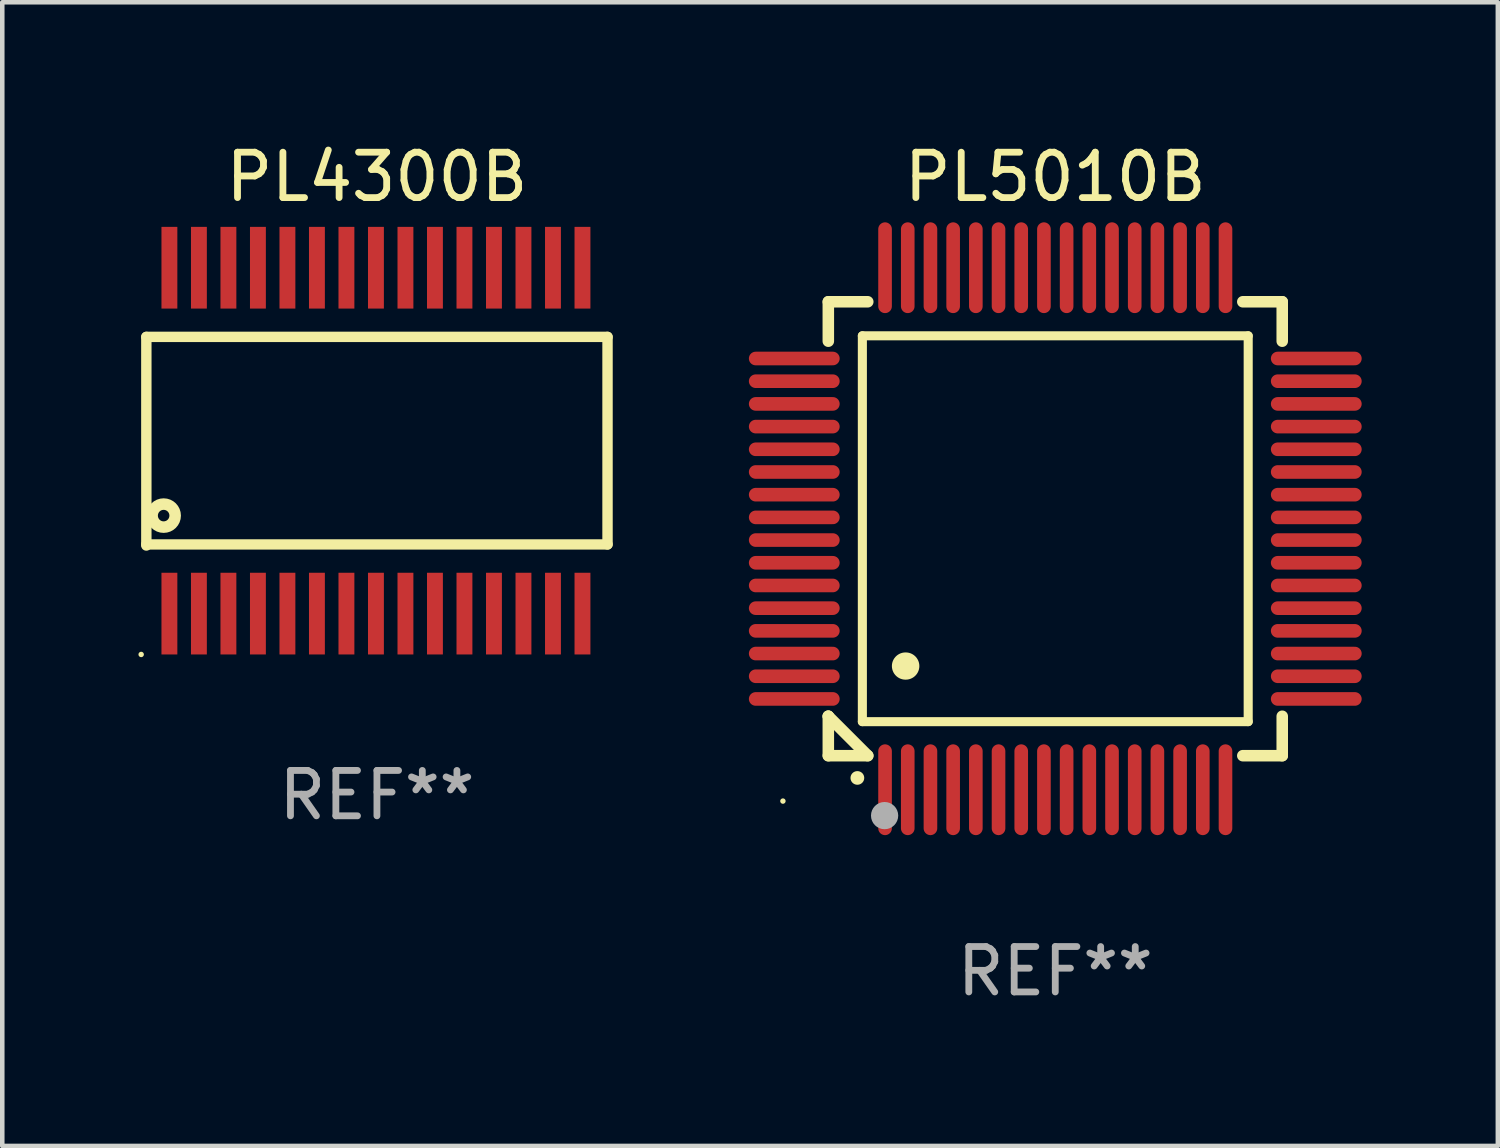
<source format=kicad_pcb>
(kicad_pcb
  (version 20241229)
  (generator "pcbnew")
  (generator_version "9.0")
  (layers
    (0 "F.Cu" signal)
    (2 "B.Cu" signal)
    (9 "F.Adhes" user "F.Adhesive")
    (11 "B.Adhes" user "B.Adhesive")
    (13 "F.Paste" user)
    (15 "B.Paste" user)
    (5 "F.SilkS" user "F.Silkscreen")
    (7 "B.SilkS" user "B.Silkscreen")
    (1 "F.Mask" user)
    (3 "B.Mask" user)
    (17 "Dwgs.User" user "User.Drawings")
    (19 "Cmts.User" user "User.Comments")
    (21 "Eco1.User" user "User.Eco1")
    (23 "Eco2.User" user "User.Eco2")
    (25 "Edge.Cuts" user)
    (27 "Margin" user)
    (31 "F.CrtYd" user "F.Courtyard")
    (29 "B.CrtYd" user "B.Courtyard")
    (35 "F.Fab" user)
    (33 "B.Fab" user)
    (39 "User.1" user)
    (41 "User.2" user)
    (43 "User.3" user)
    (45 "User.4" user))
  (footprint "PL4300B"
    (layer "F.Cu")
    (at 5.254 6.658)
    (property "Reference" "PL4300B" (at 0 -5.81 0) (layer "F.SilkS") (effects (font (size 1 1) (thickness 0.15))))
    (attr through_hole)
    (fp_line (start -5.08 -2.286) (end -5.08 2.31) (stroke (width 0.229) (type solid)) (layer "F.SilkS"))
    (fp_line (start -5.08 2.286) (end 5.08 2.286) (stroke (width 0.229) (type solid)) (layer "F.SilkS"))
    (fp_line (start 5.08 -2.286) (end -5.08 -2.286) (stroke (width 0.229) (type solid)) (layer "F.SilkS"))
    (fp_line (start 5.08 2.286) (end 5.08 -2.286) (stroke (width 0.229) (type solid)) (layer "F.SilkS"))
    (fp_circle (center -5.194 4.71) (end -5.164 4.71) (stroke (width 0.06) (type solid)) (fill no) (layer "F.SilkS"))
    (fp_circle (center -4.699 1.651) (end -4.445 1.651) (stroke (width 0.254) (type solid)) (fill no) (layer "F.SilkS"))
    (fp_text user "REF**" (at 0 7.81 0) (layer "F.Fab") (effects (font (size 1 1) (thickness 0.15))))
    (pad "1" smd rect (at -4.572 3.81) (size 0.35 1.8) (layers "F.Cu" "F.Mask" "F.Paste"))
    (pad "2" smd rect (at -3.922 3.81) (size 0.35 1.8) (layers "F.Cu" "F.Mask" "F.Paste"))
    (pad "3" smd rect (at -3.272 3.81) (size 0.35 1.8) (layers "F.Cu" "F.Mask" "F.Paste"))
    (pad "4" smd rect (at -2.622 3.81) (size 0.35 1.8) (layers "F.Cu" "F.Mask" "F.Paste"))
    (pad "5" smd rect (at -1.972 3.81) (size 0.35 1.8) (layers "F.Cu" "F.Mask" "F.Paste"))
    (pad "6" smd rect (at -1.322 3.81) (size 0.35 1.8) (layers "F.Cu" "F.Mask" "F.Paste"))
    (pad "7" smd rect (at -0.672 3.81) (size 0.35 1.8) (layers "F.Cu" "F.Mask" "F.Paste"))
    (pad "8" smd rect (at -0.022 3.81) (size 0.35 1.8) (layers "F.Cu" "F.Mask" "F.Paste"))
    (pad "9" smd rect (at 0.628 3.81) (size 0.35 1.8) (layers "F.Cu" "F.Mask" "F.Paste"))
    (pad "10" smd rect (at 1.278 3.81) (size 0.35 1.8) (layers "F.Cu" "F.Mask" "F.Paste"))
    (pad "11" smd rect (at 1.928 3.81) (size 0.35 1.8) (layers "F.Cu" "F.Mask" "F.Paste"))
    (pad "12" smd rect (at 2.578 3.81) (size 0.35 1.8) (layers "F.Cu" "F.Mask" "F.Paste"))
    (pad "13" smd rect (at 3.228 3.81) (size 0.35 1.8) (layers "F.Cu" "F.Mask" "F.Paste"))
    (pad "14" smd rect (at 3.878 3.81) (size 0.35 1.8) (layers "F.Cu" "F.Mask" "F.Paste"))
    (pad "15" smd rect (at 4.528 3.81) (size 0.35 1.8) (layers "F.Cu" "F.Mask" "F.Paste"))
    (pad "16" smd rect (at 4.528 -3.81) (size 0.35 1.8) (layers "F.Cu" "F.Mask" "F.Paste"))
    (pad "17" smd rect (at 3.878 -3.81) (size 0.35 1.8) (layers "F.Cu" "F.Mask" "F.Paste"))
    (pad "18" smd rect (at 3.228 -3.81) (size 0.35 1.8) (layers "F.Cu" "F.Mask" "F.Paste"))
    (pad "19" smd rect (at 2.578 -3.81) (size 0.35 1.8) (layers "F.Cu" "F.Mask" "F.Paste"))
    (pad "20" smd rect (at 1.928 -3.81) (size 0.35 1.8) (layers "F.Cu" "F.Mask" "F.Paste"))
    (pad "21" smd rect (at 1.278 -3.81) (size 0.35 1.8) (layers "F.Cu" "F.Mask" "F.Paste"))
    (pad "22" smd rect (at 0.628 -3.81) (size 0.35 1.8) (layers "F.Cu" "F.Mask" "F.Paste"))
    (pad "23" smd rect (at -0.022 -3.81) (size 0.35 1.8) (layers "F.Cu" "F.Mask" "F.Paste"))
    (pad "24" smd rect (at -0.672 -3.81) (size 0.35 1.8) (layers "F.Cu" "F.Mask" "F.Paste"))
    (pad "25" smd rect (at -1.322 -3.81) (size 0.35 1.8) (layers "F.Cu" "F.Mask" "F.Paste"))
    (pad "26" smd rect (at -1.972 -3.81) (size 0.35 1.8) (layers "F.Cu" "F.Mask" "F.Paste"))
    (pad "27" smd rect (at -2.622 -3.81) (size 0.35 1.8) (layers "F.Cu" "F.Mask" "F.Paste"))
    (pad "28" smd rect (at -3.272 -3.81) (size 0.35 1.8) (layers "F.Cu" "F.Mask" "F.Paste"))
    (pad "29" smd rect (at -3.922 -3.81) (size 0.35 1.8) (layers "F.Cu" "F.Mask" "F.Paste"))
    (pad "30" smd rect (at -4.572 -3.81) (size 0.35 1.8) (layers "F.Cu" "F.Mask" "F.Paste")))
  (footprint "PL5010B"
    (layer "F.Cu")
    (at 20.198 8.598)
    (property "Reference" "PL5010B" (at 0 -7.75 0) (layer "F.SilkS") (effects (font (size 1 1) (thickness 0.15))))
    (attr through_hole)
    (fp_line (start -5 -5) (end -4.131 -5) (stroke (width 0.254) (type solid)) (layer "F.SilkS"))
    (fp_line (start -5 -4.131) (end -5 -5) (stroke (width 0.254) (type solid)) (layer "F.SilkS"))
    (fp_line (start -5 4.131) (end -5 4.131) (stroke (width 0.254) (type solid)) (layer "F.SilkS"))
    (fp_line (start -5 5) (end -5 4.131) (stroke (width 0.254) (type solid)) (layer "F.SilkS"))
    (fp_line (start -5 4.131) (end -4.131 5) (stroke (width 0.254) (type solid)) (layer "F.SilkS"))
    (fp_line (start -4.25 -4.25) (end -4.25 4.25) (stroke (width 0.2) (type solid)) (layer "F.SilkS"))
    (fp_line (start -4.25 4.25) (end 4.25 4.25) (stroke (width 0.2) (type solid)) (layer "F.SilkS"))
    (fp_line (start -4.131 5) (end -5 5) (stroke (width 0.254) (type solid)) (layer "F.SilkS"))
    (fp_line (start 4.25 -4.25) (end -4.25 -4.25) (stroke (width 0.2) (type solid)) (layer "F.SilkS"))
    (fp_line (start 4.25 4.25) (end 4.25 -4.25) (stroke (width 0.2) (type solid)) (layer "F.SilkS"))
    (fp_line (start 5 -5) (end 4.131 -5) (stroke (width 0.254) (type solid)) (layer "F.SilkS"))
    (fp_line (start 5 -5) (end 5 -4.131) (stroke (width 0.254) (type solid)) (layer "F.SilkS"))
    (fp_line (start 5 4.131) (end 5 5) (stroke (width 0.254) (type solid)) (layer "F.SilkS"))
    (fp_line (start 5 5) (end 4.131 5) (stroke (width 0.254) (type solid)) (layer "F.SilkS"))
    (fp_arc (start -4.361265 5.489992) (mid -4.359995 5.489987) (end -4.358725 5.489992) (stroke (width 0.3) (type solid)) (layer "F.SilkS"))
    (fp_arc (start -3.299467 3.025146) (mid -3.296927 3.025135) (end -3.294387 3.025146) (stroke (width 0.6) (type solid)) (layer "F.SilkS"))
    (fp_circle (center -6 6) (end -5.97 6) (stroke (width 0.06) (type solid)) (fill no) (layer "F.SilkS"))
    (fp_circle (center -3.76 6.32) (end -3.61 6.32) (stroke (width 0.3) (type solid)) (fill no) (layer "F.Fab"))
    (fp_text user "REF**" (at 0 9.75 0) (layer "F.Fab") (effects (font (size 1 1) (thickness 0.15))))
    (pad "1" smd oval (at -3.75 5.75) (size 0.3 2) (layers "F.Cu" "F.Mask" "F.Paste"))
    (pad "2" smd oval (at -3.25 5.75) (size 0.3 2) (layers "F.Cu" "F.Mask" "F.Paste"))
    (pad "3" smd oval (at -2.75 5.75) (size 0.3 2) (layers "F.Cu" "F.Mask" "F.Paste"))
    (pad "4" smd oval (at -2.25 5.75) (size 0.3 2) (layers "F.Cu" "F.Mask" "F.Paste"))
    (pad "5" smd oval (at -1.75 5.75) (size 0.3 2) (layers "F.Cu" "F.Mask" "F.Paste"))
    (pad "6" smd oval (at -1.25 5.75) (size 0.3 2) (layers "F.Cu" "F.Mask" "F.Paste"))
    (pad "7" smd oval (at -0.75 5.75) (size 0.3 2) (layers "F.Cu" "F.Mask" "F.Paste"))
    (pad "8" smd oval (at -0.25 5.75) (size 0.3 2) (layers "F.Cu" "F.Mask" "F.Paste"))
    (pad "9" smd oval (at 0.25 5.75) (size 0.3 2) (layers "F.Cu" "F.Mask" "F.Paste"))
    (pad "10" smd oval (at 0.75 5.75) (size 0.3 2) (layers "F.Cu" "F.Mask" "F.Paste"))
    (pad "11" smd oval (at 1.25 5.75) (size 0.3 2) (layers "F.Cu" "F.Mask" "F.Paste"))
    (pad "12" smd oval (at 1.75 5.75) (size 0.3 2) (layers "F.Cu" "F.Mask" "F.Paste"))
    (pad "13" smd oval (at 2.25 5.75) (size 0.3 2) (layers "F.Cu" "F.Mask" "F.Paste"))
    (pad "14" smd oval (at 2.75 5.75) (size 0.3 2) (layers "F.Cu" "F.Mask" "F.Paste"))
    (pad "15" smd oval (at 3.25 5.75) (size 0.3 2) (layers "F.Cu" "F.Mask" "F.Paste"))
    (pad "16" smd oval (at 3.75 5.75) (size 0.3 2) (layers "F.Cu" "F.Mask" "F.Paste"))
    (pad "17" smd oval (at 5.75 3.75) (size 2 0.3) (layers "F.Cu" "F.Mask" "F.Paste"))
    (pad "18" smd oval (at 5.75 3.25) (size 2 0.3) (layers "F.Cu" "F.Mask" "F.Paste"))
    (pad "19" smd oval (at 5.75 2.75) (size 2 0.3) (layers "F.Cu" "F.Mask" "F.Paste"))
    (pad "20" smd oval (at 5.75 2.25) (size 2 0.3) (layers "F.Cu" "F.Mask" "F.Paste"))
    (pad "21" smd oval (at 5.75 1.75) (size 2 0.3) (layers "F.Cu" "F.Mask" "F.Paste"))
    (pad "22" smd oval (at 5.75 1.25) (size 2 0.3) (layers "F.Cu" "F.Mask" "F.Paste"))
    (pad "23" smd oval (at 5.75 0.75) (size 2 0.3) (layers "F.Cu" "F.Mask" "F.Paste"))
    (pad "24" smd oval (at 5.75 0.25) (size 2 0.3) (layers "F.Cu" "F.Mask" "F.Paste"))
    (pad "25" smd oval (at 5.75 -0.25) (size 2 0.3) (layers "F.Cu" "F.Mask" "F.Paste"))
    (pad "26" smd oval (at 5.75 -0.75) (size 2 0.3) (layers "F.Cu" "F.Mask" "F.Paste"))
    (pad "27" smd oval (at 5.75 -1.25) (size 2 0.3) (layers "F.Cu" "F.Mask" "F.Paste"))
    (pad "28" smd oval (at 5.75 -1.75) (size 2 0.3) (layers "F.Cu" "F.Mask" "F.Paste"))
    (pad "29" smd oval (at 5.75 -2.25) (size 2 0.3) (layers "F.Cu" "F.Mask" "F.Paste"))
    (pad "30" smd oval (at 5.75 -2.75) (size 2 0.3) (layers "F.Cu" "F.Mask" "F.Paste"))
    (pad "31" smd oval (at 5.75 -3.25) (size 2 0.3) (layers "F.Cu" "F.Mask" "F.Paste"))
    (pad "32" smd oval (at 5.75 -3.75) (size 2 0.3) (layers "F.Cu" "F.Mask" "F.Paste"))
    (pad "33" smd oval (at 3.75 -5.75) (size 0.3 2) (layers "F.Cu" "F.Mask" "F.Paste"))
    (pad "34" smd oval (at 3.25 -5.75) (size 0.3 2) (layers "F.Cu" "F.Mask" "F.Paste"))
    (pad "35" smd oval (at 2.75 -5.75) (size 0.3 2) (layers "F.Cu" "F.Mask" "F.Paste"))
    (pad "36" smd oval (at 2.25 -5.75) (size 0.3 2) (layers "F.Cu" "F.Mask" "F.Paste"))
    (pad "37" smd oval (at 1.75 -5.75) (size 0.3 2) (layers "F.Cu" "F.Mask" "F.Paste"))
    (pad "38" smd oval (at 1.25 -5.75) (size 0.3 2) (layers "F.Cu" "F.Mask" "F.Paste"))
    (pad "39" smd oval (at 0.75 -5.75) (size 0.3 2) (layers "F.Cu" "F.Mask" "F.Paste"))
    (pad "40" smd oval (at 0.25 -5.75) (size 0.3 2) (layers "F.Cu" "F.Mask" "F.Paste"))
    (pad "41" smd oval (at -0.25 -5.75) (size 0.3 2) (layers "F.Cu" "F.Mask" "F.Paste"))
    (pad "42" smd oval (at -0.75 -5.75) (size 0.3 2) (layers "F.Cu" "F.Mask" "F.Paste"))
    (pad "43" smd oval (at -1.25 -5.75) (size 0.3 2) (layers "F.Cu" "F.Mask" "F.Paste"))
    (pad "44" smd oval (at -1.75 -5.75) (size 0.3 2) (layers "F.Cu" "F.Mask" "F.Paste"))
    (pad "45" smd oval (at -2.25 -5.75) (size 0.3 2) (layers "F.Cu" "F.Mask" "F.Paste"))
    (pad "46" smd oval (at -2.75 -5.75) (size 0.3 2) (layers "F.Cu" "F.Mask" "F.Paste"))
    (pad "47" smd oval (at -3.25 -5.75) (size 0.3 2) (layers "F.Cu" "F.Mask" "F.Paste"))
    (pad "48" smd oval (at -3.75 -5.75) (size 0.3 2) (layers "F.Cu" "F.Mask" "F.Paste"))
    (pad "49" smd oval (at -5.75 -3.75) (size 2 0.3) (layers "F.Cu" "F.Mask" "F.Paste"))
    (pad "50" smd oval (at -5.75 -3.25) (size 2 0.3) (layers "F.Cu" "F.Mask" "F.Paste"))
    (pad "51" smd oval (at -5.75 -2.75) (size 2 0.3) (layers "F.Cu" "F.Mask" "F.Paste"))
    (pad "52" smd oval (at -5.75 -2.25) (size 2 0.3) (layers "F.Cu" "F.Mask" "F.Paste"))
    (pad "53" smd oval (at -5.75 -1.75) (size 2 0.3) (layers "F.Cu" "F.Mask" "F.Paste"))
    (pad "54" smd oval (at -5.75 -1.25) (size 2 0.3) (layers "F.Cu" "F.Mask" "F.Paste"))
    (pad "55" smd oval (at -5.75 -0.75) (size 2 0.3) (layers "F.Cu" "F.Mask" "F.Paste"))
    (pad "56" smd oval (at -5.75 -0.25) (size 2 0.3) (layers "F.Cu" "F.Mask" "F.Paste"))
    (pad "57" smd oval (at -5.75 0.25) (size 2 0.3) (layers "F.Cu" "F.Mask" "F.Paste"))
    (pad "58" smd oval (at -5.75 0.75) (size 2 0.3) (layers "F.Cu" "F.Mask" "F.Paste"))
    (pad "59" smd oval (at -5.75 1.25) (size 2 0.3) (layers "F.Cu" "F.Mask" "F.Paste"))
    (pad "60" smd oval (at -5.75 1.75) (size 2 0.3) (layers "F.Cu" "F.Mask" "F.Paste"))
    (pad "61" smd oval (at -5.75 2.25) (size 2 0.3) (layers "F.Cu" "F.Mask" "F.Paste"))
    (pad "62" smd oval (at -5.75 2.75) (size 2 0.3) (layers "F.Cu" "F.Mask" "F.Paste"))
    (pad "63" smd oval (at -5.75 3.25) (size 2 0.3) (layers "F.Cu" "F.Mask" "F.Paste"))
    (pad "64" smd oval (at -5.75 3.75) (size 2 0.3) (layers "F.Cu" "F.Mask" "F.Paste")))
  (gr_rect
    (start -3 -3)
    (end 29.948 22.196)
    (stroke (width 0.1) (type default))
    (fill no)
    (layer "Edge.Cuts")))
</source>
